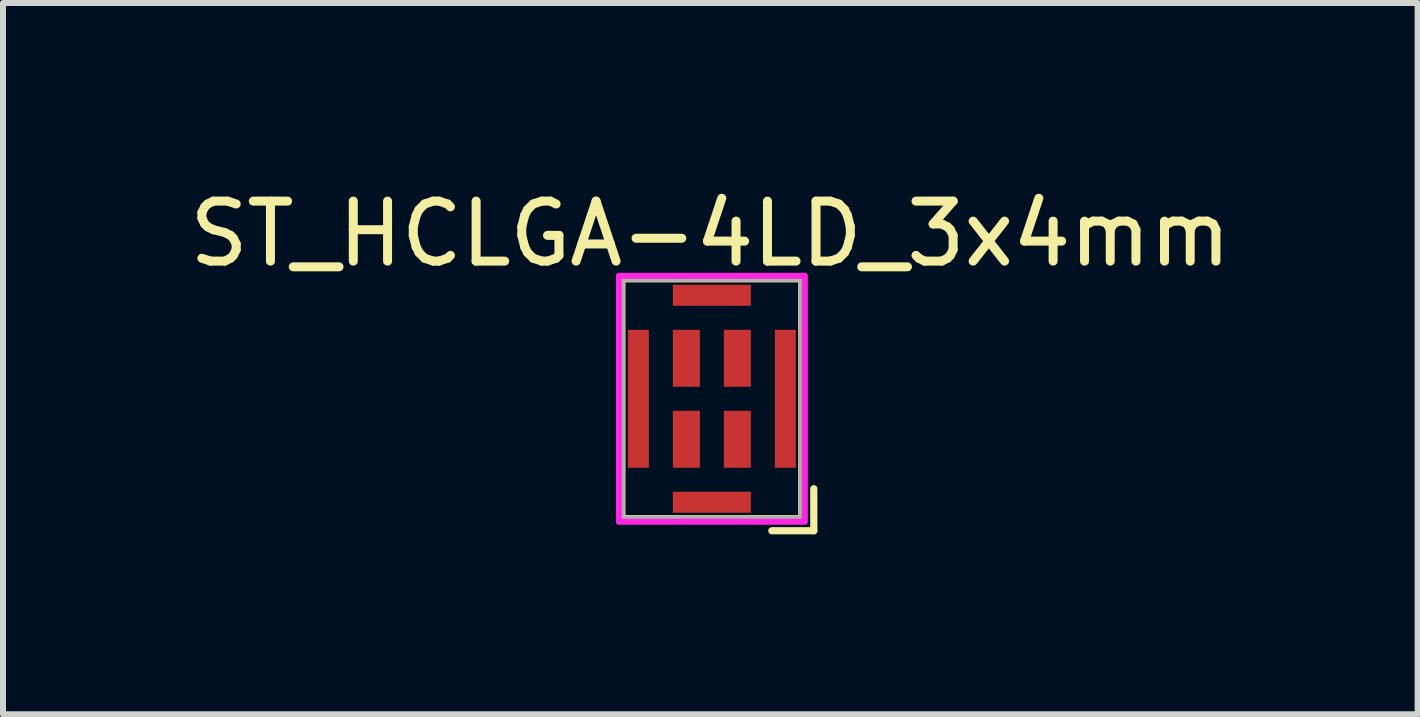
<source format=kicad_pcb>
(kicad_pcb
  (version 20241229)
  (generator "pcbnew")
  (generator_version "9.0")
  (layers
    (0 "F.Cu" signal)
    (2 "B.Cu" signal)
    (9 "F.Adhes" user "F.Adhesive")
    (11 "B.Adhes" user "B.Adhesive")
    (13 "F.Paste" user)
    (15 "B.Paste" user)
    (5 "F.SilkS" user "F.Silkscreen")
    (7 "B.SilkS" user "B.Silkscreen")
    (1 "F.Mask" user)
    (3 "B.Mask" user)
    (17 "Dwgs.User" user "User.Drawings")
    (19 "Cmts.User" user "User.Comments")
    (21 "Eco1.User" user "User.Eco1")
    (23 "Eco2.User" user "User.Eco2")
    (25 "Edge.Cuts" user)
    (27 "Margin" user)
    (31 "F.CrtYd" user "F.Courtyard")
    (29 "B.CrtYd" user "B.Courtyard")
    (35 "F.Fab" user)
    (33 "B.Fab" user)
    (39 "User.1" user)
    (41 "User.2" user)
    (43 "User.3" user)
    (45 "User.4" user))
  (footprint "ST_HCLGA-4LD_3x4mm"
    (layer "F.Cu")
    (at 8.817 3.598)
    (property "Reference" "ST_HCLGA-4LD_3x4mm" (at -0.025 -2.75 0) (unlocked yes) (layer "F.SilkS") (effects (font (size 1 1) (thickness 0.15))))
    (attr smd)
    (fp_line (start 1 2.2) (end 1.7 2.2) (stroke (width 0.12) (type default)) (layer "F.SilkS"))
    (fp_line (start 1.7 2.2) (end 1.7 1.5) (stroke (width 0.12) (type default)) (layer "F.SilkS"))
    (fp_rect (start -1.5 -2) (end 1.5 2) (stroke (width 0.12) (type default)) (fill no) (layer "F.SilkS"))
    (fp_rect (start -1.55 -2.05) (end 1.55 2.05) (stroke (width 0.1) (type default)) (fill no) (layer "F.CrtYd"))
    (fp_rect (start -1.5 -2) (end 1.5 2) (stroke (width 0.1) (type default)) (fill no) (layer "F.Fab"))
    (pad "1" smd rect (at 0.425 0.675) (size 0.45 0.95) (layers "F.Cu" "F.Mask" "F.Paste"))
    (pad "2" smd rect (at 0.425 -0.675) (size 0.45 0.95) (layers "F.Cu" "F.Mask" "F.Paste"))
    (pad "3" smd rect (at -0.425 -0.675) (size 0.45 0.95) (layers "F.Cu" "F.Mask" "F.Paste"))
    (pad "4" smd rect (at -0.425 0.675) (size 0.45 0.95) (layers "F.Cu" "F.Mask" "F.Paste"))
    (pad "5" smd rect (at -1.225 0) (size 0.35 2.3) (layers "F.Cu" "F.Mask" "F.Paste"))
    (pad "5" smd rect (at 0 -1.725) (size 1.3 0.35) (layers "F.Cu" "F.Mask" "F.Paste"))
    (pad "5" smd rect (at 0 1.725) (size 1.3 0.35) (layers "F.Cu" "F.Mask" "F.Paste"))
    (pad "5" smd rect (at 1.225 0) (size 0.35 2.3) (layers "F.Cu" "F.Mask" "F.Paste")))
  (gr_rect
    (start -3 -3)
    (end 20.583 8.858)
    (stroke (width 0.1) (type default))
    (fill no)
    (layer "Edge.Cuts")))
</source>
